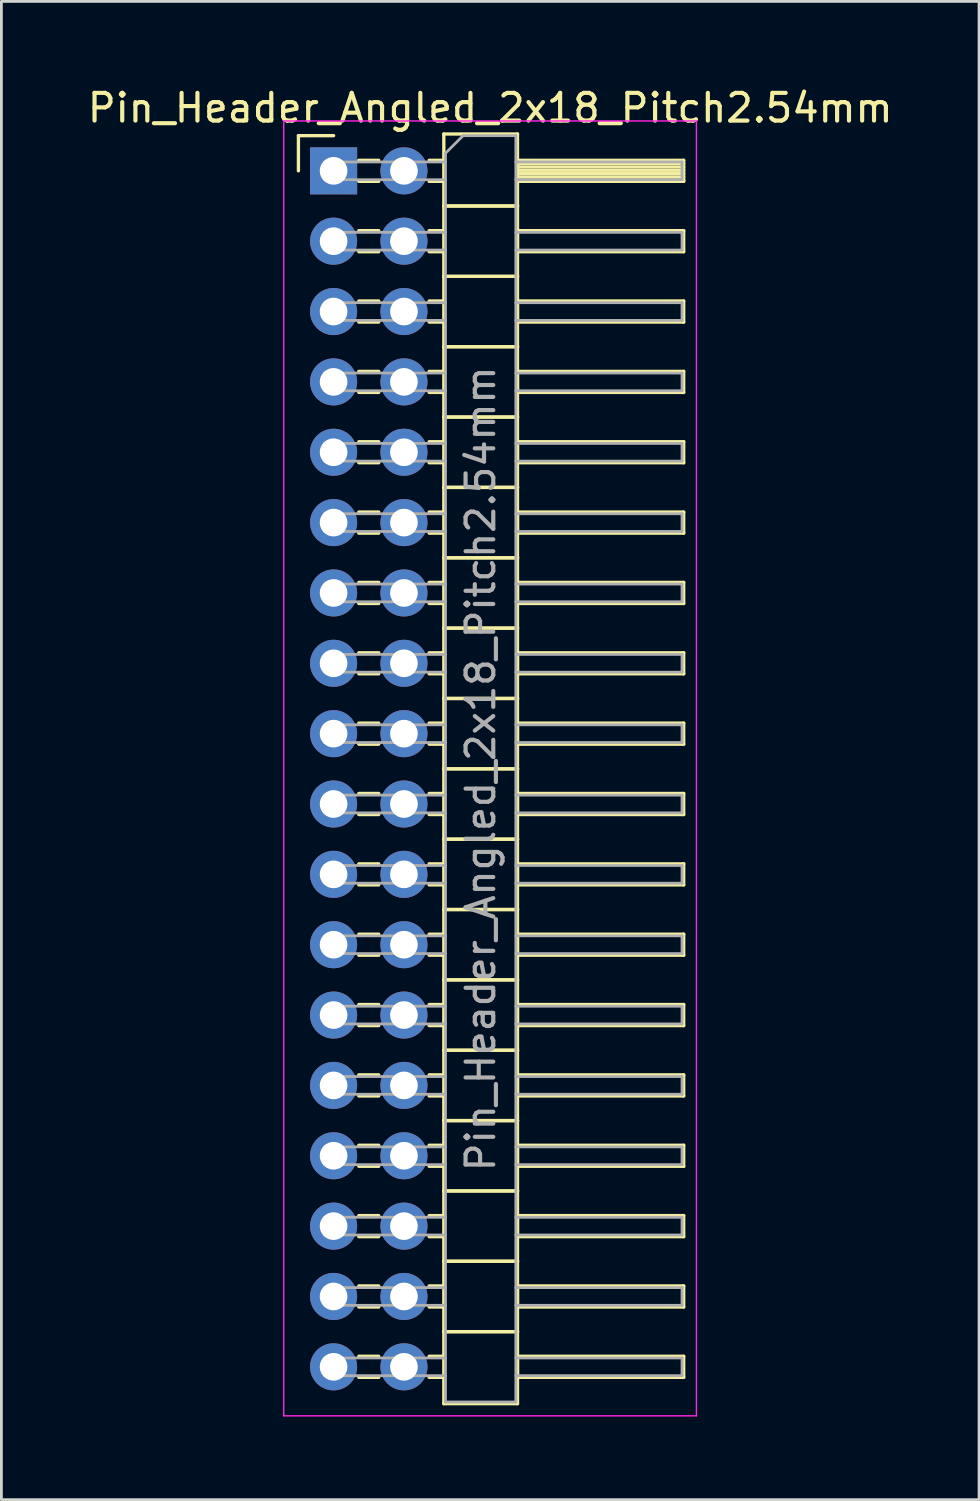
<source format=kicad_pcb>
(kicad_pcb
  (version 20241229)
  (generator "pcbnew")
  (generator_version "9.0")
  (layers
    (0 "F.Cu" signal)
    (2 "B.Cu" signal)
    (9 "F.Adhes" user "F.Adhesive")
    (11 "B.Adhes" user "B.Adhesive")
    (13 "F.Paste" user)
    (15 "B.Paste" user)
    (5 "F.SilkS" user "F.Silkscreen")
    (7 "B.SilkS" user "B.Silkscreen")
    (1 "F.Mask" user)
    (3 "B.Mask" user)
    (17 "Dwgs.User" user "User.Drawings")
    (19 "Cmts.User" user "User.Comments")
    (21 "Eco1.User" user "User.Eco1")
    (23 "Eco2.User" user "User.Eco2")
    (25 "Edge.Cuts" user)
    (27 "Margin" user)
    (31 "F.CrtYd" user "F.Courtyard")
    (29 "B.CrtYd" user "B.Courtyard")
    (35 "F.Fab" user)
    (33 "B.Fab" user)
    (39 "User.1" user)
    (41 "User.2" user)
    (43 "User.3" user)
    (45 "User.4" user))
  (footprint "Pin_Header_Angled_2x18_Pitch2.54mm"
    (layer "F.Cu")
    (at 8.994 3.118)
    (property "Reference" "Pin_Header_Angled_2x18_Pitch2.54mm" (at 5.655 -2.27 0) (layer "F.SilkS") (effects (font (size 1 1) (thickness 0.15))))
    (attr through_hole)
    (fp_line (start -1.27 -1.27) (end 0 -1.27) (stroke (width 0.12) (type solid)) (layer "F.SilkS"))
    (fp_line (start -1.27 0) (end -1.27 -1.27) (stroke (width 0.12) (type solid)) (layer "F.SilkS"))
    (fp_line (start 0.91 -0.38) (end 1.63 -0.38) (stroke (width 0.12) (type solid)) (layer "F.SilkS"))
    (fp_line (start 0.91 0.38) (end 1.63 0.38) (stroke (width 0.12) (type solid)) (layer "F.SilkS"))
    (fp_line (start 0.91 2.16) (end 1.63 2.16) (stroke (width 0.12) (type solid)) (layer "F.SilkS"))
    (fp_line (start 0.91 2.92) (end 1.63 2.92) (stroke (width 0.12) (type solid)) (layer "F.SilkS"))
    (fp_line (start 0.91 4.7) (end 1.63 4.7) (stroke (width 0.12) (type solid)) (layer "F.SilkS"))
    (fp_line (start 0.91 5.46) (end 1.63 5.46) (stroke (width 0.12) (type solid)) (layer "F.SilkS"))
    (fp_line (start 0.91 7.24) (end 1.63 7.24) (stroke (width 0.12) (type solid)) (layer "F.SilkS"))
    (fp_line (start 0.91 8) (end 1.63 8) (stroke (width 0.12) (type solid)) (layer "F.SilkS"))
    (fp_line (start 0.91 9.78) (end 1.63 9.78) (stroke (width 0.12) (type solid)) (layer "F.SilkS"))
    (fp_line (start 0.91 10.54) (end 1.63 10.54) (stroke (width 0.12) (type solid)) (layer "F.SilkS"))
    (fp_line (start 0.91 12.32) (end 1.63 12.32) (stroke (width 0.12) (type solid)) (layer "F.SilkS"))
    (fp_line (start 0.91 13.08) (end 1.63 13.08) (stroke (width 0.12) (type solid)) (layer "F.SilkS"))
    (fp_line (start 0.91 14.86) (end 1.63 14.86) (stroke (width 0.12) (type solid)) (layer "F.SilkS"))
    (fp_line (start 0.91 15.62) (end 1.63 15.62) (stroke (width 0.12) (type solid)) (layer "F.SilkS"))
    (fp_line (start 0.91 17.4) (end 1.63 17.4) (stroke (width 0.12) (type solid)) (layer "F.SilkS"))
    (fp_line (start 0.91 18.16) (end 1.63 18.16) (stroke (width 0.12) (type solid)) (layer "F.SilkS"))
    (fp_line (start 0.91 19.94) (end 1.63 19.94) (stroke (width 0.12) (type solid)) (layer "F.SilkS"))
    (fp_line (start 0.91 20.7) (end 1.63 20.7) (stroke (width 0.12) (type solid)) (layer "F.SilkS"))
    (fp_line (start 0.91 22.48) (end 1.63 22.48) (stroke (width 0.12) (type solid)) (layer "F.SilkS"))
    (fp_line (start 0.91 23.24) (end 1.63 23.24) (stroke (width 0.12) (type solid)) (layer "F.SilkS"))
    (fp_line (start 0.91 25.02) (end 1.63 25.02) (stroke (width 0.12) (type solid)) (layer "F.SilkS"))
    (fp_line (start 0.91 25.78) (end 1.63 25.78) (stroke (width 0.12) (type solid)) (layer "F.SilkS"))
    (fp_line (start 0.91 27.56) (end 1.63 27.56) (stroke (width 0.12) (type solid)) (layer "F.SilkS"))
    (fp_line (start 0.91 28.32) (end 1.63 28.32) (stroke (width 0.12) (type solid)) (layer "F.SilkS"))
    (fp_line (start 0.91 30.1) (end 1.63 30.1) (stroke (width 0.12) (type solid)) (layer "F.SilkS"))
    (fp_line (start 0.91 30.86) (end 1.63 30.86) (stroke (width 0.12) (type solid)) (layer "F.SilkS"))
    (fp_line (start 0.91 32.64) (end 1.63 32.64) (stroke (width 0.12) (type solid)) (layer "F.SilkS"))
    (fp_line (start 0.91 33.4) (end 1.63 33.4) (stroke (width 0.12) (type solid)) (layer "F.SilkS"))
    (fp_line (start 0.91 35.18) (end 1.63 35.18) (stroke (width 0.12) (type solid)) (layer "F.SilkS"))
    (fp_line (start 0.91 35.94) (end 1.63 35.94) (stroke (width 0.12) (type solid)) (layer "F.SilkS"))
    (fp_line (start 0.91 37.72) (end 1.63 37.72) (stroke (width 0.12) (type solid)) (layer "F.SilkS"))
    (fp_line (start 0.91 38.48) (end 1.63 38.48) (stroke (width 0.12) (type solid)) (layer "F.SilkS"))
    (fp_line (start 0.91 40.26) (end 1.63 40.26) (stroke (width 0.12) (type solid)) (layer "F.SilkS"))
    (fp_line (start 0.91 41.02) (end 1.63 41.02) (stroke (width 0.12) (type solid)) (layer "F.SilkS"))
    (fp_line (start 0.91 42.8) (end 1.63 42.8) (stroke (width 0.12) (type solid)) (layer "F.SilkS"))
    (fp_line (start 0.91 43.56) (end 1.63 43.56) (stroke (width 0.12) (type solid)) (layer "F.SilkS"))
    (fp_line (start 3.45 -0.38) (end 3.98 -0.38) (stroke (width 0.12) (type solid)) (layer "F.SilkS"))
    (fp_line (start 3.45 0.38) (end 3.98 0.38) (stroke (width 0.12) (type solid)) (layer "F.SilkS"))
    (fp_line (start 3.45 2.16) (end 3.98 2.16) (stroke (width 0.12) (type solid)) (layer "F.SilkS"))
    (fp_line (start 3.45 2.92) (end 3.98 2.92) (stroke (width 0.12) (type solid)) (layer "F.SilkS"))
    (fp_line (start 3.45 4.7) (end 3.98 4.7) (stroke (width 0.12) (type solid)) (layer "F.SilkS"))
    (fp_line (start 3.45 5.46) (end 3.98 5.46) (stroke (width 0.12) (type solid)) (layer "F.SilkS"))
    (fp_line (start 3.45 7.24) (end 3.98 7.24) (stroke (width 0.12) (type solid)) (layer "F.SilkS"))
    (fp_line (start 3.45 8) (end 3.98 8) (stroke (width 0.12) (type solid)) (layer "F.SilkS"))
    (fp_line (start 3.45 9.78) (end 3.98 9.78) (stroke (width 0.12) (type solid)) (layer "F.SilkS"))
    (fp_line (start 3.45 10.54) (end 3.98 10.54) (stroke (width 0.12) (type solid)) (layer "F.SilkS"))
    (fp_line (start 3.45 12.32) (end 3.98 12.32) (stroke (width 0.12) (type solid)) (layer "F.SilkS"))
    (fp_line (start 3.45 13.08) (end 3.98 13.08) (stroke (width 0.12) (type solid)) (layer "F.SilkS"))
    (fp_line (start 3.45 14.86) (end 3.98 14.86) (stroke (width 0.12) (type solid)) (layer "F.SilkS"))
    (fp_line (start 3.45 15.62) (end 3.98 15.62) (stroke (width 0.12) (type solid)) (layer "F.SilkS"))
    (fp_line (start 3.45 17.4) (end 3.98 17.4) (stroke (width 0.12) (type solid)) (layer "F.SilkS"))
    (fp_line (start 3.45 18.16) (end 3.98 18.16) (stroke (width 0.12) (type solid)) (layer "F.SilkS"))
    (fp_line (start 3.45 19.94) (end 3.98 19.94) (stroke (width 0.12) (type solid)) (layer "F.SilkS"))
    (fp_line (start 3.45 20.7) (end 3.98 20.7) (stroke (width 0.12) (type solid)) (layer "F.SilkS"))
    (fp_line (start 3.45 22.48) (end 3.98 22.48) (stroke (width 0.12) (type solid)) (layer "F.SilkS"))
    (fp_line (start 3.45 23.24) (end 3.98 23.24) (stroke (width 0.12) (type solid)) (layer "F.SilkS"))
    (fp_line (start 3.45 25.02) (end 3.98 25.02) (stroke (width 0.12) (type solid)) (layer "F.SilkS"))
    (fp_line (start 3.45 25.78) (end 3.98 25.78) (stroke (width 0.12) (type solid)) (layer "F.SilkS"))
    (fp_line (start 3.45 27.56) (end 3.98 27.56) (stroke (width 0.12) (type solid)) (layer "F.SilkS"))
    (fp_line (start 3.45 28.32) (end 3.98 28.32) (stroke (width 0.12) (type solid)) (layer "F.SilkS"))
    (fp_line (start 3.45 30.1) (end 3.98 30.1) (stroke (width 0.12) (type solid)) (layer "F.SilkS"))
    (fp_line (start 3.45 30.86) (end 3.98 30.86) (stroke (width 0.12) (type solid)) (layer "F.SilkS"))
    (fp_line (start 3.45 32.64) (end 3.98 32.64) (stroke (width 0.12) (type solid)) (layer "F.SilkS"))
    (fp_line (start 3.45 33.4) (end 3.98 33.4) (stroke (width 0.12) (type solid)) (layer "F.SilkS"))
    (fp_line (start 3.45 35.18) (end 3.98 35.18) (stroke (width 0.12) (type solid)) (layer "F.SilkS"))
    (fp_line (start 3.45 35.94) (end 3.98 35.94) (stroke (width 0.12) (type solid)) (layer "F.SilkS"))
    (fp_line (start 3.45 37.72) (end 3.98 37.72) (stroke (width 0.12) (type solid)) (layer "F.SilkS"))
    (fp_line (start 3.45 38.48) (end 3.98 38.48) (stroke (width 0.12) (type solid)) (layer "F.SilkS"))
    (fp_line (start 3.45 40.26) (end 3.98 40.26) (stroke (width 0.12) (type solid)) (layer "F.SilkS"))
    (fp_line (start 3.45 41.02) (end 3.98 41.02) (stroke (width 0.12) (type solid)) (layer "F.SilkS"))
    (fp_line (start 3.45 42.8) (end 3.98 42.8) (stroke (width 0.12) (type solid)) (layer "F.SilkS"))
    (fp_line (start 3.45 43.56) (end 3.98 43.56) (stroke (width 0.12) (type solid)) (layer "F.SilkS"))
    (fp_line (start 3.98 -1.33) (end 3.98 1.27) (stroke (width 0.12) (type solid)) (layer "F.SilkS"))
    (fp_line (start 3.98 1.27) (end 3.98 3.81) (stroke (width 0.12) (type solid)) (layer "F.SilkS"))
    (fp_line (start 3.98 1.27) (end 6.64 1.27) (stroke (width 0.12) (type solid)) (layer "F.SilkS"))
    (fp_line (start 3.98 3.81) (end 3.98 6.35) (stroke (width 0.12) (type solid)) (layer "F.SilkS"))
    (fp_line (start 3.98 3.81) (end 6.64 3.81) (stroke (width 0.12) (type solid)) (layer "F.SilkS"))
    (fp_line (start 3.98 6.35) (end 3.98 8.89) (stroke (width 0.12) (type solid)) (layer "F.SilkS"))
    (fp_line (start 3.98 6.35) (end 6.64 6.35) (stroke (width 0.12) (type solid)) (layer "F.SilkS"))
    (fp_line (start 3.98 8.89) (end 3.98 11.43) (stroke (width 0.12) (type solid)) (layer "F.SilkS"))
    (fp_line (start 3.98 8.89) (end 6.64 8.89) (stroke (width 0.12) (type solid)) (layer "F.SilkS"))
    (fp_line (start 3.98 11.43) (end 3.98 13.97) (stroke (width 0.12) (type solid)) (layer "F.SilkS"))
    (fp_line (start 3.98 11.43) (end 6.64 11.43) (stroke (width 0.12) (type solid)) (layer "F.SilkS"))
    (fp_line (start 3.98 13.97) (end 3.98 16.51) (stroke (width 0.12) (type solid)) (layer "F.SilkS"))
    (fp_line (start 3.98 13.97) (end 6.64 13.97) (stroke (width 0.12) (type solid)) (layer "F.SilkS"))
    (fp_line (start 3.98 16.51) (end 3.98 19.05) (stroke (width 0.12) (type solid)) (layer "F.SilkS"))
    (fp_line (start 3.98 16.51) (end 6.64 16.51) (stroke (width 0.12) (type solid)) (layer "F.SilkS"))
    (fp_line (start 3.98 19.05) (end 3.98 21.59) (stroke (width 0.12) (type solid)) (layer "F.SilkS"))
    (fp_line (start 3.98 19.05) (end 6.64 19.05) (stroke (width 0.12) (type solid)) (layer "F.SilkS"))
    (fp_line (start 3.98 21.59) (end 3.98 24.13) (stroke (width 0.12) (type solid)) (layer "F.SilkS"))
    (fp_line (start 3.98 21.59) (end 6.64 21.59) (stroke (width 0.12) (type solid)) (layer "F.SilkS"))
    (fp_line (start 3.98 24.13) (end 3.98 26.67) (stroke (width 0.12) (type solid)) (layer "F.SilkS"))
    (fp_line (start 3.98 24.13) (end 6.64 24.13) (stroke (width 0.12) (type solid)) (layer "F.SilkS"))
    (fp_line (start 3.98 26.67) (end 3.98 29.21) (stroke (width 0.12) (type solid)) (layer "F.SilkS"))
    (fp_line (start 3.98 26.67) (end 6.64 26.67) (stroke (width 0.12) (type solid)) (layer "F.SilkS"))
    (fp_line (start 3.98 29.21) (end 3.98 31.75) (stroke (width 0.12) (type solid)) (layer "F.SilkS"))
    (fp_line (start 3.98 29.21) (end 6.64 29.21) (stroke (width 0.12) (type solid)) (layer "F.SilkS"))
    (fp_line (start 3.98 31.75) (end 3.98 34.29) (stroke (width 0.12) (type solid)) (layer "F.SilkS"))
    (fp_line (start 3.98 31.75) (end 6.64 31.75) (stroke (width 0.12) (type solid)) (layer "F.SilkS"))
    (fp_line (start 3.98 34.29) (end 3.98 36.83) (stroke (width 0.12) (type solid)) (layer "F.SilkS"))
    (fp_line (start 3.98 34.29) (end 6.64 34.29) (stroke (width 0.12) (type solid)) (layer "F.SilkS"))
    (fp_line (start 3.98 36.83) (end 3.98 39.37) (stroke (width 0.12) (type solid)) (layer "F.SilkS"))
    (fp_line (start 3.98 36.83) (end 6.64 36.83) (stroke (width 0.12) (type solid)) (layer "F.SilkS"))
    (fp_line (start 3.98 39.37) (end 3.98 41.91) (stroke (width 0.12) (type solid)) (layer "F.SilkS"))
    (fp_line (start 3.98 39.37) (end 6.64 39.37) (stroke (width 0.12) (type solid)) (layer "F.SilkS"))
    (fp_line (start 3.98 41.91) (end 3.98 44.51) (stroke (width 0.12) (type solid)) (layer "F.SilkS"))
    (fp_line (start 3.98 41.91) (end 6.64 41.91) (stroke (width 0.12) (type solid)) (layer "F.SilkS"))
    (fp_line (start 3.98 44.51) (end 6.64 44.51) (stroke (width 0.12) (type solid)) (layer "F.SilkS"))
    (fp_line (start 6.64 -1.33) (end 3.98 -1.33) (stroke (width 0.12) (type solid)) (layer "F.SilkS"))
    (fp_line (start 6.64 -0.38) (end 6.64 0.38) (stroke (width 0.12) (type solid)) (layer "F.SilkS"))
    (fp_line (start 6.64 -0.26) (end 12.64 -0.26) (stroke (width 0.12) (type solid)) (layer "F.SilkS"))
    (fp_line (start 6.64 -0.14) (end 12.64 -0.14) (stroke (width 0.12) (type solid)) (layer "F.SilkS"))
    (fp_line (start 6.64 -0.02) (end 12.64 -0.02) (stroke (width 0.12) (type solid)) (layer "F.SilkS"))
    (fp_line (start 6.64 0.1) (end 12.64 0.1) (stroke (width 0.12) (type solid)) (layer "F.SilkS"))
    (fp_line (start 6.64 0.22) (end 12.64 0.22) (stroke (width 0.12) (type solid)) (layer "F.SilkS"))
    (fp_line (start 6.64 0.34) (end 12.64 0.34) (stroke (width 0.12) (type solid)) (layer "F.SilkS"))
    (fp_line (start 6.64 0.38) (end 12.64 0.38) (stroke (width 0.12) (type solid)) (layer "F.SilkS"))
    (fp_line (start 6.64 1.27) (end 3.98 1.27) (stroke (width 0.12) (type solid)) (layer "F.SilkS"))
    (fp_line (start 6.64 1.27) (end 6.64 -1.33) (stroke (width 0.12) (type solid)) (layer "F.SilkS"))
    (fp_line (start 6.64 2.16) (end 6.64 2.92) (stroke (width 0.12) (type solid)) (layer "F.SilkS"))
    (fp_line (start 6.64 2.92) (end 12.64 2.92) (stroke (width 0.12) (type solid)) (layer "F.SilkS"))
    (fp_line (start 6.64 3.81) (end 3.98 3.81) (stroke (width 0.12) (type solid)) (layer "F.SilkS"))
    (fp_line (start 6.64 3.81) (end 6.64 1.27) (stroke (width 0.12) (type solid)) (layer "F.SilkS"))
    (fp_line (start 6.64 4.7) (end 6.64 5.46) (stroke (width 0.12) (type solid)) (layer "F.SilkS"))
    (fp_line (start 6.64 5.46) (end 12.64 5.46) (stroke (width 0.12) (type solid)) (layer "F.SilkS"))
    (fp_line (start 6.64 6.35) (end 3.98 6.35) (stroke (width 0.12) (type solid)) (layer "F.SilkS"))
    (fp_line (start 6.64 6.35) (end 6.64 3.81) (stroke (width 0.12) (type solid)) (layer "F.SilkS"))
    (fp_line (start 6.64 7.24) (end 6.64 8) (stroke (width 0.12) (type solid)) (layer "F.SilkS"))
    (fp_line (start 6.64 8) (end 12.64 8) (stroke (width 0.12) (type solid)) (layer "F.SilkS"))
    (fp_line (start 6.64 8.89) (end 3.98 8.89) (stroke (width 0.12) (type solid)) (layer "F.SilkS"))
    (fp_line (start 6.64 8.89) (end 6.64 6.35) (stroke (width 0.12) (type solid)) (layer "F.SilkS"))
    (fp_line (start 6.64 9.78) (end 6.64 10.54) (stroke (width 0.12) (type solid)) (layer "F.SilkS"))
    (fp_line (start 6.64 10.54) (end 12.64 10.54) (stroke (width 0.12) (type solid)) (layer "F.SilkS"))
    (fp_line (start 6.64 11.43) (end 3.98 11.43) (stroke (width 0.12) (type solid)) (layer "F.SilkS"))
    (fp_line (start 6.64 11.43) (end 6.64 8.89) (stroke (width 0.12) (type solid)) (layer "F.SilkS"))
    (fp_line (start 6.64 12.32) (end 6.64 13.08) (stroke (width 0.12) (type solid)) (layer "F.SilkS"))
    (fp_line (start 6.64 13.08) (end 12.64 13.08) (stroke (width 0.12) (type solid)) (layer "F.SilkS"))
    (fp_line (start 6.64 13.97) (end 3.98 13.97) (stroke (width 0.12) (type solid)) (layer "F.SilkS"))
    (fp_line (start 6.64 13.97) (end 6.64 11.43) (stroke (width 0.12) (type solid)) (layer "F.SilkS"))
    (fp_line (start 6.64 14.86) (end 6.64 15.62) (stroke (width 0.12) (type solid)) (layer "F.SilkS"))
    (fp_line (start 6.64 15.62) (end 12.64 15.62) (stroke (width 0.12) (type solid)) (layer "F.SilkS"))
    (fp_line (start 6.64 16.51) (end 3.98 16.51) (stroke (width 0.12) (type solid)) (layer "F.SilkS"))
    (fp_line (start 6.64 16.51) (end 6.64 13.97) (stroke (width 0.12) (type solid)) (layer "F.SilkS"))
    (fp_line (start 6.64 17.4) (end 6.64 18.16) (stroke (width 0.12) (type solid)) (layer "F.SilkS"))
    (fp_line (start 6.64 18.16) (end 12.64 18.16) (stroke (width 0.12) (type solid)) (layer "F.SilkS"))
    (fp_line (start 6.64 19.05) (end 3.98 19.05) (stroke (width 0.12) (type solid)) (layer "F.SilkS"))
    (fp_line (start 6.64 19.05) (end 6.64 16.51) (stroke (width 0.12) (type solid)) (layer "F.SilkS"))
    (fp_line (start 6.64 19.94) (end 6.64 20.7) (stroke (width 0.12) (type solid)) (layer "F.SilkS"))
    (fp_line (start 6.64 20.7) (end 12.64 20.7) (stroke (width 0.12) (type solid)) (layer "F.SilkS"))
    (fp_line (start 6.64 21.59) (end 3.98 21.59) (stroke (width 0.12) (type solid)) (layer "F.SilkS"))
    (fp_line (start 6.64 21.59) (end 6.64 19.05) (stroke (width 0.12) (type solid)) (layer "F.SilkS"))
    (fp_line (start 6.64 22.48) (end 6.64 23.24) (stroke (width 0.12) (type solid)) (layer "F.SilkS"))
    (fp_line (start 6.64 23.24) (end 12.64 23.24) (stroke (width 0.12) (type solid)) (layer "F.SilkS"))
    (fp_line (start 6.64 24.13) (end 3.98 24.13) (stroke (width 0.12) (type solid)) (layer "F.SilkS"))
    (fp_line (start 6.64 24.13) (end 6.64 21.59) (stroke (width 0.12) (type solid)) (layer "F.SilkS"))
    (fp_line (start 6.64 25.02) (end 6.64 25.78) (stroke (width 0.12) (type solid)) (layer "F.SilkS"))
    (fp_line (start 6.64 25.78) (end 12.64 25.78) (stroke (width 0.12) (type solid)) (layer "F.SilkS"))
    (fp_line (start 6.64 26.67) (end 3.98 26.67) (stroke (width 0.12) (type solid)) (layer "F.SilkS"))
    (fp_line (start 6.64 26.67) (end 6.64 24.13) (stroke (width 0.12) (type solid)) (layer "F.SilkS"))
    (fp_line (start 6.64 27.56) (end 6.64 28.32) (stroke (width 0.12) (type solid)) (layer "F.SilkS"))
    (fp_line (start 6.64 28.32) (end 12.64 28.32) (stroke (width 0.12) (type solid)) (layer "F.SilkS"))
    (fp_line (start 6.64 29.21) (end 3.98 29.21) (stroke (width 0.12) (type solid)) (layer "F.SilkS"))
    (fp_line (start 6.64 29.21) (end 6.64 26.67) (stroke (width 0.12) (type solid)) (layer "F.SilkS"))
    (fp_line (start 6.64 30.1) (end 6.64 30.86) (stroke (width 0.12) (type solid)) (layer "F.SilkS"))
    (fp_line (start 6.64 30.86) (end 12.64 30.86) (stroke (width 0.12) (type solid)) (layer "F.SilkS"))
    (fp_line (start 6.64 31.75) (end 3.98 31.75) (stroke (width 0.12) (type solid)) (layer "F.SilkS"))
    (fp_line (start 6.64 31.75) (end 6.64 29.21) (stroke (width 0.12) (type solid)) (layer "F.SilkS"))
    (fp_line (start 6.64 32.64) (end 6.64 33.4) (stroke (width 0.12) (type solid)) (layer "F.SilkS"))
    (fp_line (start 6.64 33.4) (end 12.64 33.4) (stroke (width 0.12) (type solid)) (layer "F.SilkS"))
    (fp_line (start 6.64 34.29) (end 3.98 34.29) (stroke (width 0.12) (type solid)) (layer "F.SilkS"))
    (fp_line (start 6.64 34.29) (end 6.64 31.75) (stroke (width 0.12) (type solid)) (layer "F.SilkS"))
    (fp_line (start 6.64 35.18) (end 6.64 35.94) (stroke (width 0.12) (type solid)) (layer "F.SilkS"))
    (fp_line (start 6.64 35.94) (end 12.64 35.94) (stroke (width 0.12) (type solid)) (layer "F.SilkS"))
    (fp_line (start 6.64 36.83) (end 3.98 36.83) (stroke (width 0.12) (type solid)) (layer "F.SilkS"))
    (fp_line (start 6.64 36.83) (end 6.64 34.29) (stroke (width 0.12) (type solid)) (layer "F.SilkS"))
    (fp_line (start 6.64 37.72) (end 6.64 38.48) (stroke (width 0.12) (type solid)) (layer "F.SilkS"))
    (fp_line (start 6.64 38.48) (end 12.64 38.48) (stroke (width 0.12) (type solid)) (layer "F.SilkS"))
    (fp_line (start 6.64 39.37) (end 3.98 39.37) (stroke (width 0.12) (type solid)) (layer "F.SilkS"))
    (fp_line (start 6.64 39.37) (end 6.64 36.83) (stroke (width 0.12) (type solid)) (layer "F.SilkS"))
    (fp_line (start 6.64 40.26) (end 6.64 41.02) (stroke (width 0.12) (type solid)) (layer "F.SilkS"))
    (fp_line (start 6.64 41.02) (end 12.64 41.02) (stroke (width 0.12) (type solid)) (layer "F.SilkS"))
    (fp_line (start 6.64 41.91) (end 3.98 41.91) (stroke (width 0.12) (type solid)) (layer "F.SilkS"))
    (fp_line (start 6.64 41.91) (end 6.64 39.37) (stroke (width 0.12) (type solid)) (layer "F.SilkS"))
    (fp_line (start 6.64 42.8) (end 6.64 43.56) (stroke (width 0.12) (type solid)) (layer "F.SilkS"))
    (fp_line (start 6.64 43.56) (end 12.64 43.56) (stroke (width 0.12) (type solid)) (layer "F.SilkS"))
    (fp_line (start 6.64 44.51) (end 6.64 41.91) (stroke (width 0.12) (type solid)) (layer "F.SilkS"))
    (fp_line (start 12.64 -0.38) (end 6.64 -0.38) (stroke (width 0.12) (type solid)) (layer "F.SilkS"))
    (fp_line (start 12.64 0.38) (end 12.64 -0.38) (stroke (width 0.12) (type solid)) (layer "F.SilkS"))
    (fp_line (start 12.64 2.16) (end 6.64 2.16) (stroke (width 0.12) (type solid)) (layer "F.SilkS"))
    (fp_line (start 12.64 2.92) (end 12.64 2.16) (stroke (width 0.12) (type solid)) (layer "F.SilkS"))
    (fp_line (start 12.64 4.7) (end 6.64 4.7) (stroke (width 0.12) (type solid)) (layer "F.SilkS"))
    (fp_line (start 12.64 5.46) (end 12.64 4.7) (stroke (width 0.12) (type solid)) (layer "F.SilkS"))
    (fp_line (start 12.64 7.24) (end 6.64 7.24) (stroke (width 0.12) (type solid)) (layer "F.SilkS"))
    (fp_line (start 12.64 8) (end 12.64 7.24) (stroke (width 0.12) (type solid)) (layer "F.SilkS"))
    (fp_line (start 12.64 9.78) (end 6.64 9.78) (stroke (width 0.12) (type solid)) (layer "F.SilkS"))
    (fp_line (start 12.64 10.54) (end 12.64 9.78) (stroke (width 0.12) (type solid)) (layer "F.SilkS"))
    (fp_line (start 12.64 12.32) (end 6.64 12.32) (stroke (width 0.12) (type solid)) (layer "F.SilkS"))
    (fp_line (start 12.64 13.08) (end 12.64 12.32) (stroke (width 0.12) (type solid)) (layer "F.SilkS"))
    (fp_line (start 12.64 14.86) (end 6.64 14.86) (stroke (width 0.12) (type solid)) (layer "F.SilkS"))
    (fp_line (start 12.64 15.62) (end 12.64 14.86) (stroke (width 0.12) (type solid)) (layer "F.SilkS"))
    (fp_line (start 12.64 17.4) (end 6.64 17.4) (stroke (width 0.12) (type solid)) (layer "F.SilkS"))
    (fp_line (start 12.64 18.16) (end 12.64 17.4) (stroke (width 0.12) (type solid)) (layer "F.SilkS"))
    (fp_line (start 12.64 19.94) (end 6.64 19.94) (stroke (width 0.12) (type solid)) (layer "F.SilkS"))
    (fp_line (start 12.64 20.7) (end 12.64 19.94) (stroke (width 0.12) (type solid)) (layer "F.SilkS"))
    (fp_line (start 12.64 22.48) (end 6.64 22.48) (stroke (width 0.12) (type solid)) (layer "F.SilkS"))
    (fp_line (start 12.64 23.24) (end 12.64 22.48) (stroke (width 0.12) (type solid)) (layer "F.SilkS"))
    (fp_line (start 12.64 25.02) (end 6.64 25.02) (stroke (width 0.12) (type solid)) (layer "F.SilkS"))
    (fp_line (start 12.64 25.78) (end 12.64 25.02) (stroke (width 0.12) (type solid)) (layer "F.SilkS"))
    (fp_line (start 12.64 27.56) (end 6.64 27.56) (stroke (width 0.12) (type solid)) (layer "F.SilkS"))
    (fp_line (start 12.64 28.32) (end 12.64 27.56) (stroke (width 0.12) (type solid)) (layer "F.SilkS"))
    (fp_line (start 12.64 30.1) (end 6.64 30.1) (stroke (width 0.12) (type solid)) (layer "F.SilkS"))
    (fp_line (start 12.64 30.86) (end 12.64 30.1) (stroke (width 0.12) (type solid)) (layer "F.SilkS"))
    (fp_line (start 12.64 32.64) (end 6.64 32.64) (stroke (width 0.12) (type solid)) (layer "F.SilkS"))
    (fp_line (start 12.64 33.4) (end 12.64 32.64) (stroke (width 0.12) (type solid)) (layer "F.SilkS"))
    (fp_line (start 12.64 35.18) (end 6.64 35.18) (stroke (width 0.12) (type solid)) (layer "F.SilkS"))
    (fp_line (start 12.64 35.94) (end 12.64 35.18) (stroke (width 0.12) (type solid)) (layer "F.SilkS"))
    (fp_line (start 12.64 37.72) (end 6.64 37.72) (stroke (width 0.12) (type solid)) (layer "F.SilkS"))
    (fp_line (start 12.64 38.48) (end 12.64 37.72) (stroke (width 0.12) (type solid)) (layer "F.SilkS"))
    (fp_line (start 12.64 40.26) (end 6.64 40.26) (stroke (width 0.12) (type solid)) (layer "F.SilkS"))
    (fp_line (start 12.64 41.02) (end 12.64 40.26) (stroke (width 0.12) (type solid)) (layer "F.SilkS"))
    (fp_line (start 12.64 42.8) (end 6.64 42.8) (stroke (width 0.12) (type solid)) (layer "F.SilkS"))
    (fp_line (start 12.64 43.56) (end 12.64 42.8) (stroke (width 0.12) (type solid)) (layer "F.SilkS"))
    (fp_line (start -1.8 -1.8) (end -1.8 44.95) (stroke (width 0.05) (type solid)) (layer "F.CrtYd"))
    (fp_line (start -1.8 44.95) (end 13.1 44.95) (stroke (width 0.05) (type solid)) (layer "F.CrtYd"))
    (fp_line (start 13.1 -1.8) (end -1.8 -1.8) (stroke (width 0.05) (type solid)) (layer "F.CrtYd"))
    (fp_line (start 13.1 44.95) (end 13.1 -1.8) (stroke (width 0.05) (type solid)) (layer "F.CrtYd"))
    (fp_line (start -0.32 -0.32) (end -0.32 0.32) (stroke (width 0.1) (type solid)) (layer "F.Fab"))
    (fp_line (start -0.32 -0.32) (end 4.04 -0.32) (stroke (width 0.1) (type solid)) (layer "F.Fab"))
    (fp_line (start -0.32 0.32) (end 4.04 0.32) (stroke (width 0.1) (type solid)) (layer "F.Fab"))
    (fp_line (start -0.32 2.22) (end -0.32 2.86) (stroke (width 0.1) (type solid)) (layer "F.Fab"))
    (fp_line (start -0.32 2.22) (end 4.04 2.22) (stroke (width 0.1) (type solid)) (layer "F.Fab"))
    (fp_line (start -0.32 2.86) (end 4.04 2.86) (stroke (width 0.1) (type solid)) (layer "F.Fab"))
    (fp_line (start -0.32 4.76) (end -0.32 5.4) (stroke (width 0.1) (type solid)) (layer "F.Fab"))
    (fp_line (start -0.32 4.76) (end 4.04 4.76) (stroke (width 0.1) (type solid)) (layer "F.Fab"))
    (fp_line (start -0.32 5.4) (end 4.04 5.4) (stroke (width 0.1) (type solid)) (layer "F.Fab"))
    (fp_line (start -0.32 7.3) (end -0.32 7.94) (stroke (width 0.1) (type solid)) (layer "F.Fab"))
    (fp_line (start -0.32 7.3) (end 4.04 7.3) (stroke (width 0.1) (type solid)) (layer "F.Fab"))
    (fp_line (start -0.32 7.94) (end 4.04 7.94) (stroke (width 0.1) (type solid)) (layer "F.Fab"))
    (fp_line (start -0.32 9.84) (end -0.32 10.48) (stroke (width 0.1) (type solid)) (layer "F.Fab"))
    (fp_line (start -0.32 9.84) (end 4.04 9.84) (stroke (width 0.1) (type solid)) (layer "F.Fab"))
    (fp_line (start -0.32 10.48) (end 4.04 10.48) (stroke (width 0.1) (type solid)) (layer "F.Fab"))
    (fp_line (start -0.32 12.38) (end -0.32 13.02) (stroke (width 0.1) (type solid)) (layer "F.Fab"))
    (fp_line (start -0.32 12.38) (end 4.04 12.38) (stroke (width 0.1) (type solid)) (layer "F.Fab"))
    (fp_line (start -0.32 13.02) (end 4.04 13.02) (stroke (width 0.1) (type solid)) (layer "F.Fab"))
    (fp_line (start -0.32 14.92) (end -0.32 15.56) (stroke (width 0.1) (type solid)) (layer "F.Fab"))
    (fp_line (start -0.32 14.92) (end 4.04 14.92) (stroke (width 0.1) (type solid)) (layer "F.Fab"))
    (fp_line (start -0.32 15.56) (end 4.04 15.56) (stroke (width 0.1) (type solid)) (layer "F.Fab"))
    (fp_line (start -0.32 17.46) (end -0.32 18.1) (stroke (width 0.1) (type solid)) (layer "F.Fab"))
    (fp_line (start -0.32 17.46) (end 4.04 17.46) (stroke (width 0.1) (type solid)) (layer "F.Fab"))
    (fp_line (start -0.32 18.1) (end 4.04 18.1) (stroke (width 0.1) (type solid)) (layer "F.Fab"))
    (fp_line (start -0.32 20) (end -0.32 20.64) (stroke (width 0.1) (type solid)) (layer "F.Fab"))
    (fp_line (start -0.32 20) (end 4.04 20) (stroke (width 0.1) (type solid)) (layer "F.Fab"))
    (fp_line (start -0.32 20.64) (end 4.04 20.64) (stroke (width 0.1) (type solid)) (layer "F.Fab"))
    (fp_line (start -0.32 22.54) (end -0.32 23.18) (stroke (width 0.1) (type solid)) (layer "F.Fab"))
    (fp_line (start -0.32 22.54) (end 4.04 22.54) (stroke (width 0.1) (type solid)) (layer "F.Fab"))
    (fp_line (start -0.32 23.18) (end 4.04 23.18) (stroke (width 0.1) (type solid)) (layer "F.Fab"))
    (fp_line (start -0.32 25.08) (end -0.32 25.72) (stroke (width 0.1) (type solid)) (layer "F.Fab"))
    (fp_line (start -0.32 25.08) (end 4.04 25.08) (stroke (width 0.1) (type solid)) (layer "F.Fab"))
    (fp_line (start -0.32 25.72) (end 4.04 25.72) (stroke (width 0.1) (type solid)) (layer "F.Fab"))
    (fp_line (start -0.32 27.62) (end -0.32 28.26) (stroke (width 0.1) (type solid)) (layer "F.Fab"))
    (fp_line (start -0.32 27.62) (end 4.04 27.62) (stroke (width 0.1) (type solid)) (layer "F.Fab"))
    (fp_line (start -0.32 28.26) (end 4.04 28.26) (stroke (width 0.1) (type solid)) (layer "F.Fab"))
    (fp_line (start -0.32 30.16) (end -0.32 30.8) (stroke (width 0.1) (type solid)) (layer "F.Fab"))
    (fp_line (start -0.32 30.16) (end 4.04 30.16) (stroke (width 0.1) (type solid)) (layer "F.Fab"))
    (fp_line (start -0.32 30.8) (end 4.04 30.8) (stroke (width 0.1) (type solid)) (layer "F.Fab"))
    (fp_line (start -0.32 32.7) (end -0.32 33.34) (stroke (width 0.1) (type solid)) (layer "F.Fab"))
    (fp_line (start -0.32 32.7) (end 4.04 32.7) (stroke (width 0.1) (type solid)) (layer "F.Fab"))
    (fp_line (start -0.32 33.34) (end 4.04 33.34) (stroke (width 0.1) (type solid)) (layer "F.Fab"))
    (fp_line (start -0.32 35.24) (end -0.32 35.88) (stroke (width 0.1) (type solid)) (layer "F.Fab"))
    (fp_line (start -0.32 35.24) (end 4.04 35.24) (stroke (width 0.1) (type solid)) (layer "F.Fab"))
    (fp_line (start -0.32 35.88) (end 4.04 35.88) (stroke (width 0.1) (type solid)) (layer "F.Fab"))
    (fp_line (start -0.32 37.78) (end -0.32 38.42) (stroke (width 0.1) (type solid)) (layer "F.Fab"))
    (fp_line (start -0.32 37.78) (end 4.04 37.78) (stroke (width 0.1) (type solid)) (layer "F.Fab"))
    (fp_line (start -0.32 38.42) (end 4.04 38.42) (stroke (width 0.1) (type solid)) (layer "F.Fab"))
    (fp_line (start -0.32 40.32) (end -0.32 40.96) (stroke (width 0.1) (type solid)) (layer "F.Fab"))
    (fp_line (start -0.32 40.32) (end 4.04 40.32) (stroke (width 0.1) (type solid)) (layer "F.Fab"))
    (fp_line (start -0.32 40.96) (end 4.04 40.96) (stroke (width 0.1) (type solid)) (layer "F.Fab"))
    (fp_line (start -0.32 42.86) (end -0.32 43.5) (stroke (width 0.1) (type solid)) (layer "F.Fab"))
    (fp_line (start -0.32 42.86) (end 4.04 42.86) (stroke (width 0.1) (type solid)) (layer "F.Fab"))
    (fp_line (start -0.32 43.5) (end 4.04 43.5) (stroke (width 0.1) (type solid)) (layer "F.Fab"))
    (fp_line (start 4.04 -0.635) (end 4.675 -1.27) (stroke (width 0.1) (type solid)) (layer "F.Fab"))
    (fp_line (start 4.04 44.45) (end 4.04 -0.635) (stroke (width 0.1) (type solid)) (layer "F.Fab"))
    (fp_line (start 4.675 -1.27) (end 6.58 -1.27) (stroke (width 0.1) (type solid)) (layer "F.Fab"))
    (fp_line (start 6.58 -1.27) (end 6.58 44.45) (stroke (width 0.1) (type solid)) (layer "F.Fab"))
    (fp_line (start 6.58 -0.32) (end 12.58 -0.32) (stroke (width 0.1) (type solid)) (layer "F.Fab"))
    (fp_line (start 6.58 0.32) (end 12.58 0.32) (stroke (width 0.1) (type solid)) (layer "F.Fab"))
    (fp_line (start 6.58 2.22) (end 12.58 2.22) (stroke (width 0.1) (type solid)) (layer "F.Fab"))
    (fp_line (start 6.58 2.86) (end 12.58 2.86) (stroke (width 0.1) (type solid)) (layer "F.Fab"))
    (fp_line (start 6.58 4.76) (end 12.58 4.76) (stroke (width 0.1) (type solid)) (layer "F.Fab"))
    (fp_line (start 6.58 5.4) (end 12.58 5.4) (stroke (width 0.1) (type solid)) (layer "F.Fab"))
    (fp_line (start 6.58 7.3) (end 12.58 7.3) (stroke (width 0.1) (type solid)) (layer "F.Fab"))
    (fp_line (start 6.58 7.94) (end 12.58 7.94) (stroke (width 0.1) (type solid)) (layer "F.Fab"))
    (fp_line (start 6.58 9.84) (end 12.58 9.84) (stroke (width 0.1) (type solid)) (layer "F.Fab"))
    (fp_line (start 6.58 10.48) (end 12.58 10.48) (stroke (width 0.1) (type solid)) (layer "F.Fab"))
    (fp_line (start 6.58 12.38) (end 12.58 12.38) (stroke (width 0.1) (type solid)) (layer "F.Fab"))
    (fp_line (start 6.58 13.02) (end 12.58 13.02) (stroke (width 0.1) (type solid)) (layer "F.Fab"))
    (fp_line (start 6.58 14.92) (end 12.58 14.92) (stroke (width 0.1) (type solid)) (layer "F.Fab"))
    (fp_line (start 6.58 15.56) (end 12.58 15.56) (stroke (width 0.1) (type solid)) (layer "F.Fab"))
    (fp_line (start 6.58 17.46) (end 12.58 17.46) (stroke (width 0.1) (type solid)) (layer "F.Fab"))
    (fp_line (start 6.58 18.1) (end 12.58 18.1) (stroke (width 0.1) (type solid)) (layer "F.Fab"))
    (fp_line (start 6.58 20) (end 12.58 20) (stroke (width 0.1) (type solid)) (layer "F.Fab"))
    (fp_line (start 6.58 20.64) (end 12.58 20.64) (stroke (width 0.1) (type solid)) (layer "F.Fab"))
    (fp_line (start 6.58 22.54) (end 12.58 22.54) (stroke (width 0.1) (type solid)) (layer "F.Fab"))
    (fp_line (start 6.58 23.18) (end 12.58 23.18) (stroke (width 0.1) (type solid)) (layer "F.Fab"))
    (fp_line (start 6.58 25.08) (end 12.58 25.08) (stroke (width 0.1) (type solid)) (layer "F.Fab"))
    (fp_line (start 6.58 25.72) (end 12.58 25.72) (stroke (width 0.1) (type solid)) (layer "F.Fab"))
    (fp_line (start 6.58 27.62) (end 12.58 27.62) (stroke (width 0.1) (type solid)) (layer "F.Fab"))
    (fp_line (start 6.58 28.26) (end 12.58 28.26) (stroke (width 0.1) (type solid)) (layer "F.Fab"))
    (fp_line (start 6.58 30.16) (end 12.58 30.16) (stroke (width 0.1) (type solid)) (layer "F.Fab"))
    (fp_line (start 6.58 30.8) (end 12.58 30.8) (stroke (width 0.1) (type solid)) (layer "F.Fab"))
    (fp_line (start 6.58 32.7) (end 12.58 32.7) (stroke (width 0.1) (type solid)) (layer "F.Fab"))
    (fp_line (start 6.58 33.34) (end 12.58 33.34) (stroke (width 0.1) (type solid)) (layer "F.Fab"))
    (fp_line (start 6.58 35.24) (end 12.58 35.24) (stroke (width 0.1) (type solid)) (layer "F.Fab"))
    (fp_line (start 6.58 35.88) (end 12.58 35.88) (stroke (width 0.1) (type solid)) (layer "F.Fab"))
    (fp_line (start 6.58 37.78) (end 12.58 37.78) (stroke (width 0.1) (type solid)) (layer "F.Fab"))
    (fp_line (start 6.58 38.42) (end 12.58 38.42) (stroke (width 0.1) (type solid)) (layer "F.Fab"))
    (fp_line (start 6.58 40.32) (end 12.58 40.32) (stroke (width 0.1) (type solid)) (layer "F.Fab"))
    (fp_line (start 6.58 40.96) (end 12.58 40.96) (stroke (width 0.1) (type solid)) (layer "F.Fab"))
    (fp_line (start 6.58 42.86) (end 12.58 42.86) (stroke (width 0.1) (type solid)) (layer "F.Fab"))
    (fp_line (start 6.58 43.5) (end 12.58 43.5) (stroke (width 0.1) (type solid)) (layer "F.Fab"))
    (fp_line (start 6.58 44.45) (end 4.04 44.45) (stroke (width 0.1) (type solid)) (layer "F.Fab"))
    (fp_line (start 12.58 -0.32) (end 12.58 0.32) (stroke (width 0.1) (type solid)) (layer "F.Fab"))
    (fp_line (start 12.58 2.22) (end 12.58 2.86) (stroke (width 0.1) (type solid)) (layer "F.Fab"))
    (fp_line (start 12.58 4.76) (end 12.58 5.4) (stroke (width 0.1) (type solid)) (layer "F.Fab"))
    (fp_line (start 12.58 7.3) (end 12.58 7.94) (stroke (width 0.1) (type solid)) (layer "F.Fab"))
    (fp_line (start 12.58 9.84) (end 12.58 10.48) (stroke (width 0.1) (type solid)) (layer "F.Fab"))
    (fp_line (start 12.58 12.38) (end 12.58 13.02) (stroke (width 0.1) (type solid)) (layer "F.Fab"))
    (fp_line (start 12.58 14.92) (end 12.58 15.56) (stroke (width 0.1) (type solid)) (layer "F.Fab"))
    (fp_line (start 12.58 17.46) (end 12.58 18.1) (stroke (width 0.1) (type solid)) (layer "F.Fab"))
    (fp_line (start 12.58 20) (end 12.58 20.64) (stroke (width 0.1) (type solid)) (layer "F.Fab"))
    (fp_line (start 12.58 22.54) (end 12.58 23.18) (stroke (width 0.1) (type solid)) (layer "F.Fab"))
    (fp_line (start 12.58 25.08) (end 12.58 25.72) (stroke (width 0.1) (type solid)) (layer "F.Fab"))
    (fp_line (start 12.58 27.62) (end 12.58 28.26) (stroke (width 0.1) (type solid)) (layer "F.Fab"))
    (fp_line (start 12.58 30.16) (end 12.58 30.8) (stroke (width 0.1) (type solid)) (layer "F.Fab"))
    (fp_line (start 12.58 32.7) (end 12.58 33.34) (stroke (width 0.1) (type solid)) (layer "F.Fab"))
    (fp_line (start 12.58 35.24) (end 12.58 35.88) (stroke (width 0.1) (type solid)) (layer "F.Fab"))
    (fp_line (start 12.58 37.78) (end 12.58 38.42) (stroke (width 0.1) (type solid)) (layer "F.Fab"))
    (fp_line (start 12.58 40.32) (end 12.58 40.96) (stroke (width 0.1) (type solid)) (layer "F.Fab"))
    (fp_line (start 12.58 42.86) (end 12.58 43.5) (stroke (width 0.1) (type solid)) (layer "F.Fab"))
    (fp_text user "${REFERENCE}" (at 5.31 21.59 90) (layer "F.Fab") (effects (font (size 1 1) (thickness 0.15))))
    (pad "1" thru_hole rect (at 0 0) (size 1.7 1.7) (drill 1) (layers "*.Cu" "*.Mask"))
    (pad "2" thru_hole oval (at 2.54 0) (size 1.7 1.7) (drill 1) (layers "*.Cu" "*.Mask"))
    (pad "3" thru_hole oval (at 0 2.54) (size 1.7 1.7) (drill 1) (layers "*.Cu" "*.Mask"))
    (pad "4" thru_hole oval (at 2.54 2.54) (size 1.7 1.7) (drill 1) (layers "*.Cu" "*.Mask"))
    (pad "5" thru_hole oval (at 0 5.08) (size 1.7 1.7) (drill 1) (layers "*.Cu" "*.Mask"))
    (pad "6" thru_hole oval (at 2.54 5.08) (size 1.7 1.7) (drill 1) (layers "*.Cu" "*.Mask"))
    (pad "7" thru_hole oval (at 0 7.62) (size 1.7 1.7) (drill 1) (layers "*.Cu" "*.Mask"))
    (pad "8" thru_hole oval (at 2.54 7.62) (size 1.7 1.7) (drill 1) (layers "*.Cu" "*.Mask"))
    (pad "9" thru_hole oval (at 0 10.16) (size 1.7 1.7) (drill 1) (layers "*.Cu" "*.Mask"))
    (pad "10" thru_hole oval (at 2.54 10.16) (size 1.7 1.7) (drill 1) (layers "*.Cu" "*.Mask"))
    (pad "11" thru_hole oval (at 0 12.7) (size 1.7 1.7) (drill 1) (layers "*.Cu" "*.Mask"))
    (pad "12" thru_hole oval (at 2.54 12.7) (size 1.7 1.7) (drill 1) (layers "*.Cu" "*.Mask"))
    (pad "13" thru_hole oval (at 0 15.24) (size 1.7 1.7) (drill 1) (layers "*.Cu" "*.Mask"))
    (pad "14" thru_hole oval (at 2.54 15.24) (size 1.7 1.7) (drill 1) (layers "*.Cu" "*.Mask"))
    (pad "15" thru_hole oval (at 0 17.78) (size 1.7 1.7) (drill 1) (layers "*.Cu" "*.Mask"))
    (pad "16" thru_hole oval (at 2.54 17.78) (size 1.7 1.7) (drill 1) (layers "*.Cu" "*.Mask"))
    (pad "17" thru_hole oval (at 0 20.32) (size 1.7 1.7) (drill 1) (layers "*.Cu" "*.Mask"))
    (pad "18" thru_hole oval (at 2.54 20.32) (size 1.7 1.7) (drill 1) (layers "*.Cu" "*.Mask"))
    (pad "19" thru_hole oval (at 0 22.86) (size 1.7 1.7) (drill 1) (layers "*.Cu" "*.Mask"))
    (pad "20" thru_hole oval (at 2.54 22.86) (size 1.7 1.7) (drill 1) (layers "*.Cu" "*.Mask"))
    (pad "21" thru_hole oval (at 0 25.4) (size 1.7 1.7) (drill 1) (layers "*.Cu" "*.Mask"))
    (pad "22" thru_hole oval (at 2.54 25.4) (size 1.7 1.7) (drill 1) (layers "*.Cu" "*.Mask"))
    (pad "23" thru_hole oval (at 0 27.94) (size 1.7 1.7) (drill 1) (layers "*.Cu" "*.Mask"))
    (pad "24" thru_hole oval (at 2.54 27.94) (size 1.7 1.7) (drill 1) (layers "*.Cu" "*.Mask"))
    (pad "25" thru_hole oval (at 0 30.48) (size 1.7 1.7) (drill 1) (layers "*.Cu" "*.Mask"))
    (pad "26" thru_hole oval (at 2.54 30.48) (size 1.7 1.7) (drill 1) (layers "*.Cu" "*.Mask"))
    (pad "27" thru_hole oval (at 0 33.02) (size 1.7 1.7) (drill 1) (layers "*.Cu" "*.Mask"))
    (pad "28" thru_hole oval (at 2.54 33.02) (size 1.7 1.7) (drill 1) (layers "*.Cu" "*.Mask"))
    (pad "29" thru_hole oval (at 0 35.56) (size 1.7 1.7) (drill 1) (layers "*.Cu" "*.Mask"))
    (pad "30" thru_hole oval (at 2.54 35.56) (size 1.7 1.7) (drill 1) (layers "*.Cu" "*.Mask"))
    (pad "31" thru_hole oval (at 0 38.1) (size 1.7 1.7) (drill 1) (layers "*.Cu" "*.Mask"))
    (pad "32" thru_hole oval (at 2.54 38.1) (size 1.7 1.7) (drill 1) (layers "*.Cu" "*.Mask"))
    (pad "33" thru_hole oval (at 0 40.64) (size 1.7 1.7) (drill 1) (layers "*.Cu" "*.Mask"))
    (pad "34" thru_hole oval (at 2.54 40.64) (size 1.7 1.7) (drill 1) (layers "*.Cu" "*.Mask"))
    (pad "35" thru_hole oval (at 0 43.18) (size 1.7 1.7) (drill 1) (layers "*.Cu" "*.Mask"))
    (pad "36" thru_hole oval (at 2.54 43.18) (size 1.7 1.7) (drill 1) (layers "*.Cu" "*.Mask")))
  (gr_rect
    (start -3 -3)
    (end 32.298 51.093)
    (stroke (width 0.1) (type default))
    (fill no)
    (layer "Edge.Cuts")))
</source>
